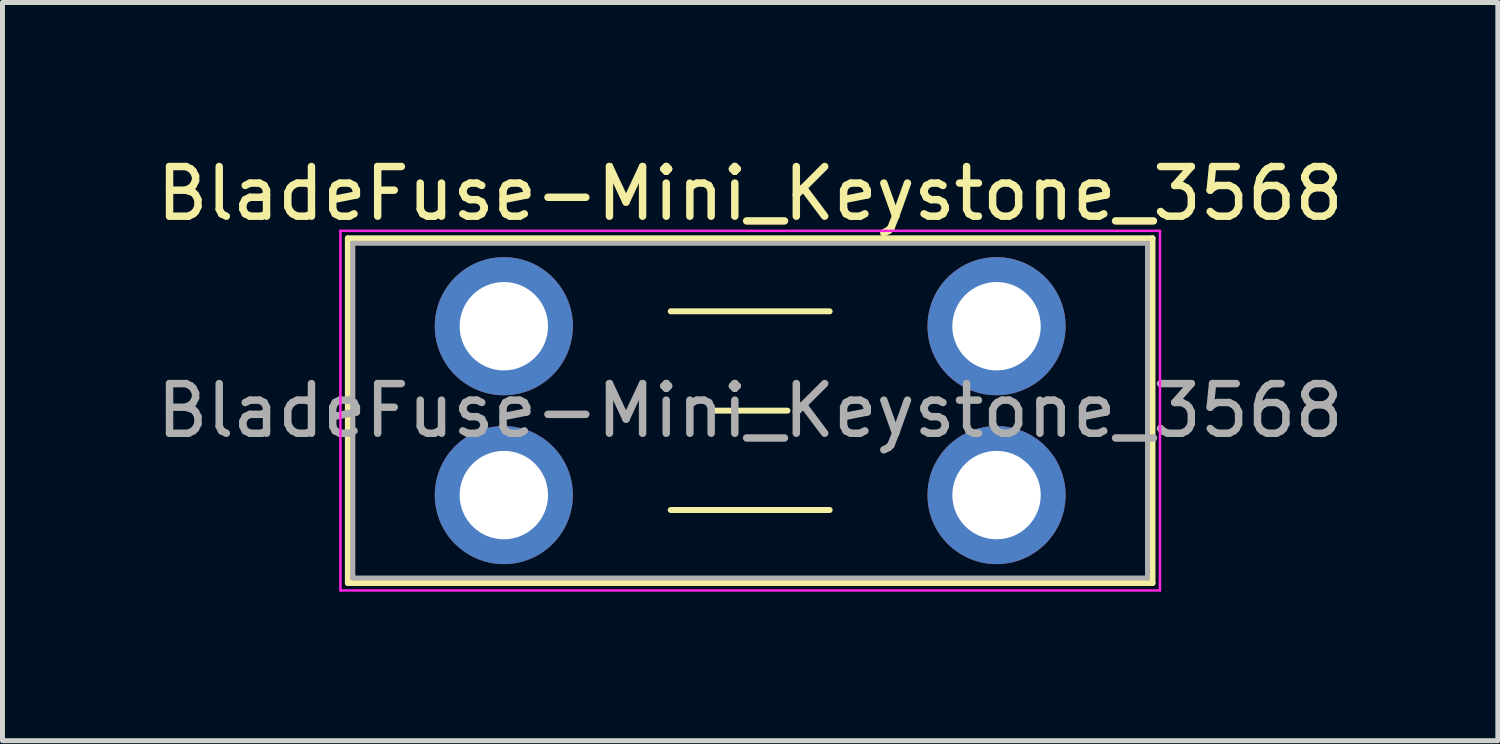
<source format=kicad_pcb>
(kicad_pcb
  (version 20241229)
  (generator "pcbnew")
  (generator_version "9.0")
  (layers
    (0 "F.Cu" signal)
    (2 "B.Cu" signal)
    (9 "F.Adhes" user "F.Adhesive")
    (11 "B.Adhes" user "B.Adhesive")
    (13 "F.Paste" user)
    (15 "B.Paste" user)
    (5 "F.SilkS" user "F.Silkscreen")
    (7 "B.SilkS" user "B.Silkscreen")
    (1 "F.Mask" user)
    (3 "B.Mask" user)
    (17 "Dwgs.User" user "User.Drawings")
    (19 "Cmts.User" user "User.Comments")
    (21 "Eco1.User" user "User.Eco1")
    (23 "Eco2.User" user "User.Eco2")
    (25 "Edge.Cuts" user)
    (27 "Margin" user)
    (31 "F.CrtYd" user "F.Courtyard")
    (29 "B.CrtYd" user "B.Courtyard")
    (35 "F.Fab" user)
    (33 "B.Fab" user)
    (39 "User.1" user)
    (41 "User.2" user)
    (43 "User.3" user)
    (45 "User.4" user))
  (footprint "BladeFuse-Mini_Keystone_3568"
    (layer "F.Cu")
    (at 7.094 3.518)
    (property "Reference" "BladeFuse-Mini_Keystone_3568" (at 4.96 -2.67 0) (layer "F.SilkS") (effects (font (size 1 1) (thickness 0.15))))
    (attr through_hole)
    (fp_line (start -3.14 -1.77) (end -3.14 5.17) (stroke (width 0.12) (type solid)) (layer "F.SilkS"))
    (fp_line (start -3.14 5.17) (end 13.06 5.17) (stroke (width 0.12) (type solid)) (layer "F.SilkS"))
    (fp_line (start 3.36 -0.3) (end 6.56 -0.3) (stroke (width 0.12) (type solid)) (layer "F.SilkS"))
    (fp_line (start 4.21 1.7) (end 5.71 1.7) (stroke (width 0.12) (type solid)) (layer "F.SilkS"))
    (fp_line (start 6.56 3.7) (end 3.36 3.7) (stroke (width 0.12) (type solid)) (layer "F.SilkS"))
    (fp_line (start 13.06 -1.77) (end -3.14 -1.77) (stroke (width 0.12) (type solid)) (layer "F.SilkS"))
    (fp_line (start 13.06 5.17) (end 13.06 -1.77) (stroke (width 0.12) (type solid)) (layer "F.SilkS"))
    (fp_line (start -3.29 -1.92) (end -3.29 5.32) (stroke (width 0.05) (type solid)) (layer "F.CrtYd"))
    (fp_line (start -3.29 5.32) (end 13.21 5.32) (stroke (width 0.05) (type solid)) (layer "F.CrtYd"))
    (fp_line (start 13.21 -1.92) (end -3.29 -1.92) (stroke (width 0.05) (type solid)) (layer "F.CrtYd"))
    (fp_line (start 13.21 5.32) (end 13.21 -1.92) (stroke (width 0.05) (type solid)) (layer "F.CrtYd"))
    (fp_line (start -3.04 -1.67) (end -3.04 5.07) (stroke (width 0.1) (type solid)) (layer "F.Fab"))
    (fp_line (start -3.04 5.07) (end 12.96 5.07) (stroke (width 0.1) (type solid)) (layer "F.Fab"))
    (fp_line (start 12.96 -1.67) (end -3.04 -1.67) (stroke (width 0.1) (type solid)) (layer "F.Fab"))
    (fp_line (start 12.96 5.07) (end 12.96 -1.67) (stroke (width 0.1) (type solid)) (layer "F.Fab"))
    (fp_text user "${REFERENCE}" (at 4.96 1.7 0) (layer "F.Fab") (effects (font (size 1 1) (thickness 0.15))))
    (pad "1" thru_hole circle (at 0 0) (size 2.78 2.78) (drill 1.78) (layers "*.Cu" "*.Mask"))
    (pad "1" thru_hole circle (at 0 3.4) (size 2.78 2.78) (drill 1.78) (layers "*.Cu" "*.Mask"))
    (pad "2" thru_hole circle (at 9.92 0) (size 2.78 2.78) (drill 1.78) (layers "*.Cu" "*.Mask"))
    (pad "2" thru_hole circle (at 9.92 3.4) (size 2.78 2.78) (drill 1.78) (layers "*.Cu" "*.Mask")))
  (gr_rect
    (start -3 -3)
    (end 27.107 11.863)
    (stroke (width 0.1) (type default))
    (fill no)
    (layer "Edge.Cuts")))
</source>
